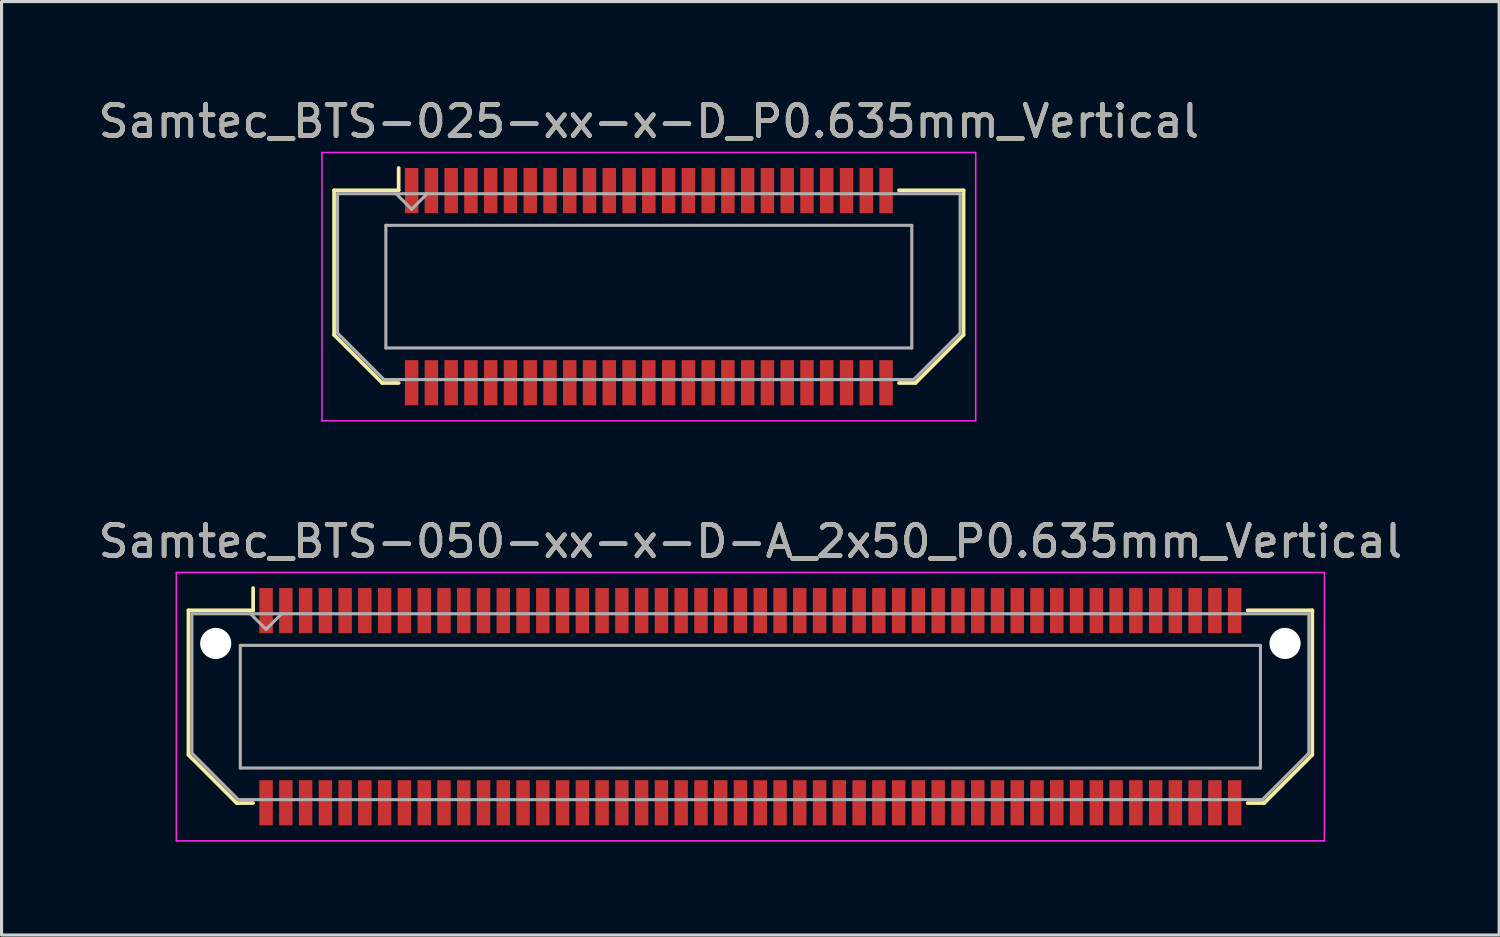
<source format=kicad_pcb>
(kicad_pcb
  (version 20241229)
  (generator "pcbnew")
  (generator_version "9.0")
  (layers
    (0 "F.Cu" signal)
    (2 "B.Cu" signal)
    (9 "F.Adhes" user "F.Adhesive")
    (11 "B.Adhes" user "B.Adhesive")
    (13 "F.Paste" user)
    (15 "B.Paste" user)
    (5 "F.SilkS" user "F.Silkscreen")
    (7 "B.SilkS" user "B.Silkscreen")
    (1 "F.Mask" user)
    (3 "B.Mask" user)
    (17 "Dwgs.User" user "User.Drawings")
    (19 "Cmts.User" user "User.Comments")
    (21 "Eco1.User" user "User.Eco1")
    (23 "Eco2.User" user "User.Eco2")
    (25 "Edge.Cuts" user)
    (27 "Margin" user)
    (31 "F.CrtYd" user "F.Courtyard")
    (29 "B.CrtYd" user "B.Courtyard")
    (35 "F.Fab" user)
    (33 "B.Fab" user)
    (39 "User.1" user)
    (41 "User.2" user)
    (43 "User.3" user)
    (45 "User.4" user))
  (footprint "Samtec_BTS-025-xx-x-D_P0.635mm_Vertical"
    (layer "F.Cu")
    (at 17.792 6.158)
    (property "Reference" "Samtec_BTS-025-xx-x-D_P0.635mm_Vertical" (at 0 -5.31 0) (layer "F.SilkS") (effects (font (size 1 1) (thickness 0.15))))
    (attr smd)
    (fp_line (start -10.11 -3.095) (end -10.11 1.548) (stroke (width 0.12) (type solid)) (layer "F.SilkS"))
    (fp_line (start -10.11 1.548) (end -8.562 3.095) (stroke (width 0.12) (type solid)) (layer "F.SilkS"))
    (fp_line (start -8.562 3.095) (end -8.036 3.095) (stroke (width 0.12) (type solid)) (layer "F.SilkS"))
    (fp_line (start -8.036 -3.811) (end -8.036 -3.095) (stroke (width 0.12) (type solid)) (layer "F.SilkS"))
    (fp_line (start -8.036 -3.095) (end -10.11 -3.095) (stroke (width 0.12) (type solid)) (layer "F.SilkS"))
    (fp_line (start 8.036 -3.095) (end 10.11 -3.095) (stroke (width 0.12) (type solid)) (layer "F.SilkS"))
    (fp_line (start 8.562 3.095) (end 8.036 3.095) (stroke (width 0.12) (type solid)) (layer "F.SilkS"))
    (fp_line (start 10.11 -3.095) (end 10.11 1.548) (stroke (width 0.12) (type solid)) (layer "F.SilkS"))
    (fp_line (start 10.11 1.548) (end 8.562 3.095) (stroke (width 0.12) (type solid)) (layer "F.SilkS"))
    (fp_line (start -10.5 -4.31) (end -10.5 4.31) (stroke (width 0.05) (type solid)) (layer "F.CrtYd"))
    (fp_line (start -10.5 4.31) (end 10.5 4.31) (stroke (width 0.05) (type solid)) (layer "F.CrtYd"))
    (fp_line (start 10.5 -4.31) (end -10.5 -4.31) (stroke (width 0.05) (type solid)) (layer "F.CrtYd"))
    (fp_line (start 10.5 4.31) (end 10.5 -4.31) (stroke (width 0.05) (type solid)) (layer "F.CrtYd"))
    (fp_line (start -10 -2.985) (end -10 1.492) (stroke (width 0.1) (type solid)) (layer "F.Fab"))
    (fp_line (start -10 -2.985) (end 10 -2.985) (stroke (width 0.1) (type solid)) (layer "F.Fab"))
    (fp_line (start -10 1.492) (end -8.508 2.985) (stroke (width 0.1) (type solid)) (layer "F.Fab"))
    (fp_line (start -8.508 2.985) (end 8.508 2.985) (stroke (width 0.1) (type solid)) (layer "F.Fab"))
    (fp_line (start -8.447 -1.97) (end -8.447 1.97) (stroke (width 0.1) (type solid)) (layer "F.Fab"))
    (fp_line (start -8.447 1.97) (end 8.447 1.97) (stroke (width 0.1) (type solid)) (layer "F.Fab"))
    (fp_line (start -7.62 -2.485) (end -8.12 -2.985) (stroke (width 0.1) (type solid)) (layer "F.Fab"))
    (fp_line (start -7.12 -2.985) (end -7.62 -2.485) (stroke (width 0.1) (type solid)) (layer "F.Fab"))
    (fp_line (start 8.447 -1.97) (end -8.447 -1.97) (stroke (width 0.1) (type solid)) (layer "F.Fab"))
    (fp_line (start 8.447 1.97) (end 8.447 -1.97) (stroke (width 0.1) (type solid)) (layer "F.Fab"))
    (fp_line (start 10 -2.985) (end 10 1.492) (stroke (width 0.1) (type solid)) (layer "F.Fab"))
    (fp_line (start 10 1.492) (end 8.508 2.985) (stroke (width 0.1) (type solid)) (layer "F.Fab"))
    (fp_text user "${REFERENCE}" (at 0 -5.31 0) (layer "F.Fab") (effects (font (size 1 1) (thickness 0.15))))
    (pad "1" smd rect (at -7.62 -3.086) (size 0.432 1.45) (layers "F.Cu" "F.Mask" "F.Paste"))
    (pad "2" smd rect (at -7.62 3.086) (size 0.432 1.45) (layers "F.Cu" "F.Mask" "F.Paste"))
    (pad "3" smd rect (at -6.985 -3.086) (size 0.432 1.45) (layers "F.Cu" "F.Mask" "F.Paste"))
    (pad "4" smd rect (at -6.985 3.086) (size 0.432 1.45) (layers "F.Cu" "F.Mask" "F.Paste"))
    (pad "5" smd rect (at -6.35 -3.086) (size 0.432 1.45) (layers "F.Cu" "F.Mask" "F.Paste"))
    (pad "6" smd rect (at -6.35 3.086) (size 0.432 1.45) (layers "F.Cu" "F.Mask" "F.Paste"))
    (pad "7" smd rect (at -5.715 -3.086) (size 0.432 1.45) (layers "F.Cu" "F.Mask" "F.Paste"))
    (pad "8" smd rect (at -5.715 3.086) (size 0.432 1.45) (layers "F.Cu" "F.Mask" "F.Paste"))
    (pad "9" smd rect (at -5.08 -3.086) (size 0.432 1.45) (layers "F.Cu" "F.Mask" "F.Paste"))
    (pad "10" smd rect (at -5.08 3.086) (size 0.432 1.45) (layers "F.Cu" "F.Mask" "F.Paste"))
    (pad "11" smd rect (at -4.445 -3.086) (size 0.432 1.45) (layers "F.Cu" "F.Mask" "F.Paste"))
    (pad "12" smd rect (at -4.445 3.086) (size 0.432 1.45) (layers "F.Cu" "F.Mask" "F.Paste"))
    (pad "13" smd rect (at -3.81 -3.086) (size 0.432 1.45) (layers "F.Cu" "F.Mask" "F.Paste"))
    (pad "14" smd rect (at -3.81 3.086) (size 0.432 1.45) (layers "F.Cu" "F.Mask" "F.Paste"))
    (pad "15" smd rect (at -3.175 -3.086) (size 0.432 1.45) (layers "F.Cu" "F.Mask" "F.Paste"))
    (pad "16" smd rect (at -3.175 3.086) (size 0.432 1.45) (layers "F.Cu" "F.Mask" "F.Paste"))
    (pad "17" smd rect (at -2.54 -3.086) (size 0.432 1.45) (layers "F.Cu" "F.Mask" "F.Paste"))
    (pad "18" smd rect (at -2.54 3.086) (size 0.432 1.45) (layers "F.Cu" "F.Mask" "F.Paste"))
    (pad "19" smd rect (at -1.905 -3.086) (size 0.432 1.45) (layers "F.Cu" "F.Mask" "F.Paste"))
    (pad "20" smd rect (at -1.905 3.086) (size 0.432 1.45) (layers "F.Cu" "F.Mask" "F.Paste"))
    (pad "21" smd rect (at -1.27 -3.086) (size 0.432 1.45) (layers "F.Cu" "F.Mask" "F.Paste"))
    (pad "22" smd rect (at -1.27 3.086) (size 0.432 1.45) (layers "F.Cu" "F.Mask" "F.Paste"))
    (pad "23" smd rect (at -0.635 -3.086) (size 0.432 1.45) (layers "F.Cu" "F.Mask" "F.Paste"))
    (pad "24" smd rect (at -0.635 3.086) (size 0.432 1.45) (layers "F.Cu" "F.Mask" "F.Paste"))
    (pad "25" smd rect (at 0 -3.086) (size 0.432 1.45) (layers "F.Cu" "F.Mask" "F.Paste"))
    (pad "26" smd rect (at 0 3.086) (size 0.432 1.45) (layers "F.Cu" "F.Mask" "F.Paste"))
    (pad "27" smd rect (at 0.635 -3.086) (size 0.432 1.45) (layers "F.Cu" "F.Mask" "F.Paste"))
    (pad "28" smd rect (at 0.635 3.086) (size 0.432 1.45) (layers "F.Cu" "F.Mask" "F.Paste"))
    (pad "29" smd rect (at 1.27 -3.086) (size 0.432 1.45) (layers "F.Cu" "F.Mask" "F.Paste"))
    (pad "30" smd rect (at 1.27 3.086) (size 0.432 1.45) (layers "F.Cu" "F.Mask" "F.Paste"))
    (pad "31" smd rect (at 1.905 -3.086) (size 0.432 1.45) (layers "F.Cu" "F.Mask" "F.Paste"))
    (pad "32" smd rect (at 1.905 3.086) (size 0.432 1.45) (layers "F.Cu" "F.Mask" "F.Paste"))
    (pad "33" smd rect (at 2.54 -3.086) (size 0.432 1.45) (layers "F.Cu" "F.Mask" "F.Paste"))
    (pad "34" smd rect (at 2.54 3.086) (size 0.432 1.45) (layers "F.Cu" "F.Mask" "F.Paste"))
    (pad "35" smd rect (at 3.175 -3.086) (size 0.432 1.45) (layers "F.Cu" "F.Mask" "F.Paste"))
    (pad "36" smd rect (at 3.175 3.086) (size 0.432 1.45) (layers "F.Cu" "F.Mask" "F.Paste"))
    (pad "37" smd rect (at 3.81 -3.086) (size 0.432 1.45) (layers "F.Cu" "F.Mask" "F.Paste"))
    (pad "38" smd rect (at 3.81 3.086) (size 0.432 1.45) (layers "F.Cu" "F.Mask" "F.Paste"))
    (pad "39" smd rect (at 4.445 -3.086) (size 0.432 1.45) (layers "F.Cu" "F.Mask" "F.Paste"))
    (pad "40" smd rect (at 4.445 3.086) (size 0.432 1.45) (layers "F.Cu" "F.Mask" "F.Paste"))
    (pad "41" smd rect (at 5.08 -3.086) (size 0.432 1.45) (layers "F.Cu" "F.Mask" "F.Paste"))
    (pad "42" smd rect (at 5.08 3.086) (size 0.432 1.45) (layers "F.Cu" "F.Mask" "F.Paste"))
    (pad "43" smd rect (at 5.715 -3.086) (size 0.432 1.45) (layers "F.Cu" "F.Mask" "F.Paste"))
    (pad "44" smd rect (at 5.715 3.086) (size 0.432 1.45) (layers "F.Cu" "F.Mask" "F.Paste"))
    (pad "45" smd rect (at 6.35 -3.086) (size 0.432 1.45) (layers "F.Cu" "F.Mask" "F.Paste"))
    (pad "46" smd rect (at 6.35 3.086) (size 0.432 1.45) (layers "F.Cu" "F.Mask" "F.Paste"))
    (pad "47" smd rect (at 6.985 -3.086) (size 0.432 1.45) (layers "F.Cu" "F.Mask" "F.Paste"))
    (pad "48" smd rect (at 6.985 3.086) (size 0.432 1.45) (layers "F.Cu" "F.Mask" "F.Paste"))
    (pad "49" smd rect (at 7.62 -3.086) (size 0.432 1.45) (layers "F.Cu" "F.Mask" "F.Paste"))
    (pad "50" smd rect (at 7.62 3.086) (size 0.432 1.45) (layers "F.Cu" "F.Mask" "F.Paste")))
  (footprint "Samtec_BTS-050-xx-x-D-A_2x50_P0.635mm_Vertical"
    (layer "F.Cu")
    (at 21.054 19.651)
    (property "Reference" "Samtec_BTS-050-xx-x-D-A_2x50_P0.635mm_Vertical" (at 0 -5.31 0) (layer "F.SilkS") (effects (font (size 1 1) (thickness 0.15))))
    (attr smd)
    (fp_line (start -18.05 -3.095) (end -18.05 1.548) (stroke (width 0.12) (type solid)) (layer "F.SilkS"))
    (fp_line (start -18.05 1.548) (end -16.503 3.095) (stroke (width 0.12) (type solid)) (layer "F.SilkS"))
    (fp_line (start -16.503 3.095) (end -15.973 3.095) (stroke (width 0.12) (type solid)) (layer "F.SilkS"))
    (fp_line (start -15.973 -3.811) (end -15.973 -3.095) (stroke (width 0.12) (type solid)) (layer "F.SilkS"))
    (fp_line (start -15.973 -3.095) (end -18.05 -3.095) (stroke (width 0.12) (type solid)) (layer "F.SilkS"))
    (fp_line (start 15.973 -3.095) (end 18.05 -3.095) (stroke (width 0.12) (type solid)) (layer "F.SilkS"))
    (fp_line (start 16.503 3.095) (end 15.973 3.095) (stroke (width 0.12) (type solid)) (layer "F.SilkS"))
    (fp_line (start 18.05 -3.095) (end 18.05 1.548) (stroke (width 0.12) (type solid)) (layer "F.SilkS"))
    (fp_line (start 18.05 1.548) (end 16.503 3.095) (stroke (width 0.12) (type solid)) (layer "F.SilkS"))
    (fp_line (start -18.44 -4.31) (end -18.44 4.31) (stroke (width 0.05) (type solid)) (layer "F.CrtYd"))
    (fp_line (start -18.44 4.31) (end 18.44 4.31) (stroke (width 0.05) (type solid)) (layer "F.CrtYd"))
    (fp_line (start 18.44 -4.31) (end -18.44 -4.31) (stroke (width 0.05) (type solid)) (layer "F.CrtYd"))
    (fp_line (start 18.44 4.31) (end 18.44 -4.31) (stroke (width 0.05) (type solid)) (layer "F.CrtYd"))
    (fp_line (start -17.94 -2.985) (end -17.94 1.492) (stroke (width 0.1) (type solid)) (layer "F.Fab"))
    (fp_line (start -17.94 -2.985) (end 17.94 -2.985) (stroke (width 0.1) (type solid)) (layer "F.Fab"))
    (fp_line (start -17.94 1.492) (end -16.448 2.985) (stroke (width 0.1) (type solid)) (layer "F.Fab"))
    (fp_line (start -16.448 2.985) (end 16.448 2.985) (stroke (width 0.1) (type solid)) (layer "F.Fab"))
    (fp_line (start -16.385 -1.97) (end -16.385 1.97) (stroke (width 0.1) (type solid)) (layer "F.Fab"))
    (fp_line (start -16.385 1.97) (end 16.385 1.97) (stroke (width 0.1) (type solid)) (layer "F.Fab"))
    (fp_line (start -15.557 -2.485) (end -16.058 -2.985) (stroke (width 0.1) (type solid)) (layer "F.Fab"))
    (fp_line (start -15.057 -2.985) (end -15.557 -2.485) (stroke (width 0.1) (type solid)) (layer "F.Fab"))
    (fp_line (start 16.385 -1.97) (end -16.385 -1.97) (stroke (width 0.1) (type solid)) (layer "F.Fab"))
    (fp_line (start 16.385 1.97) (end 16.385 -1.97) (stroke (width 0.1) (type solid)) (layer "F.Fab"))
    (fp_line (start 17.94 -2.985) (end 17.94 1.492) (stroke (width 0.1) (type solid)) (layer "F.Fab"))
    (fp_line (start 17.94 1.492) (end 16.448 2.985) (stroke (width 0.1) (type solid)) (layer "F.Fab"))
    (fp_text user "${REFERENCE}" (at 0 -5.31 0) (layer "F.Fab") (effects (font (size 1 1) (thickness 0.15))))
    (pad "" np_thru_hole circle (at -17.175 -2.032) (size 1 1) (drill 1) (layers "*.Cu" "*.Mask"))
    (pad "" np_thru_hole circle (at 17.175 -2.032) (size 1 1) (drill 1) (layers "*.Cu" "*.Mask"))
    (pad "1" smd rect (at -15.557 -3.086) (size 0.432 1.45) (layers "F.Cu" "F.Mask" "F.Paste"))
    (pad "2" smd rect (at -15.557 3.086) (size 0.432 1.45) (layers "F.Cu" "F.Mask" "F.Paste"))
    (pad "3" smd rect (at -14.922 -3.086) (size 0.432 1.45) (layers "F.Cu" "F.Mask" "F.Paste"))
    (pad "4" smd rect (at -14.922 3.086) (size 0.432 1.45) (layers "F.Cu" "F.Mask" "F.Paste"))
    (pad "5" smd rect (at -14.287 -3.086) (size 0.432 1.45) (layers "F.Cu" "F.Mask" "F.Paste"))
    (pad "6" smd rect (at -14.287 3.086) (size 0.432 1.45) (layers "F.Cu" "F.Mask" "F.Paste"))
    (pad "7" smd rect (at -13.652 -3.086) (size 0.432 1.45) (layers "F.Cu" "F.Mask" "F.Paste"))
    (pad "8" smd rect (at -13.652 3.086) (size 0.432 1.45) (layers "F.Cu" "F.Mask" "F.Paste"))
    (pad "9" smd rect (at -13.018 -3.086) (size 0.432 1.45) (layers "F.Cu" "F.Mask" "F.Paste"))
    (pad "10" smd rect (at -13.018 3.086) (size 0.432 1.45) (layers "F.Cu" "F.Mask" "F.Paste"))
    (pad "11" smd rect (at -12.383 -3.086) (size 0.432 1.45) (layers "F.Cu" "F.Mask" "F.Paste"))
    (pad "12" smd rect (at -12.383 3.086) (size 0.432 1.45) (layers "F.Cu" "F.Mask" "F.Paste"))
    (pad "13" smd rect (at -11.748 -3.086) (size 0.432 1.45) (layers "F.Cu" "F.Mask" "F.Paste"))
    (pad "14" smd rect (at -11.748 3.086) (size 0.432 1.45) (layers "F.Cu" "F.Mask" "F.Paste"))
    (pad "15" smd rect (at -11.113 -3.086) (size 0.432 1.45) (layers "F.Cu" "F.Mask" "F.Paste"))
    (pad "16" smd rect (at -11.113 3.086) (size 0.432 1.45) (layers "F.Cu" "F.Mask" "F.Paste"))
    (pad "17" smd rect (at -10.477 -3.086) (size 0.432 1.45) (layers "F.Cu" "F.Mask" "F.Paste"))
    (pad "18" smd rect (at -10.477 3.086) (size 0.432 1.45) (layers "F.Cu" "F.Mask" "F.Paste"))
    (pad "19" smd rect (at -9.842 -3.086) (size 0.432 1.45) (layers "F.Cu" "F.Mask" "F.Paste"))
    (pad "20" smd rect (at -9.842 3.086) (size 0.432 1.45) (layers "F.Cu" "F.Mask" "F.Paste"))
    (pad "21" smd rect (at -9.207 -3.086) (size 0.432 1.45) (layers "F.Cu" "F.Mask" "F.Paste"))
    (pad "22" smd rect (at -9.207 3.086) (size 0.432 1.45) (layers "F.Cu" "F.Mask" "F.Paste"))
    (pad "23" smd rect (at -8.572 -3.086) (size 0.432 1.45) (layers "F.Cu" "F.Mask" "F.Paste"))
    (pad "24" smd rect (at -8.572 3.086) (size 0.432 1.45) (layers "F.Cu" "F.Mask" "F.Paste"))
    (pad "25" smd rect (at -7.938 -3.086) (size 0.432 1.45) (layers "F.Cu" "F.Mask" "F.Paste"))
    (pad "26" smd rect (at -7.938 3.086) (size 0.432 1.45) (layers "F.Cu" "F.Mask" "F.Paste"))
    (pad "27" smd rect (at -7.303 -3.086) (size 0.432 1.45) (layers "F.Cu" "F.Mask" "F.Paste"))
    (pad "28" smd rect (at -7.303 3.086) (size 0.432 1.45) (layers "F.Cu" "F.Mask" "F.Paste"))
    (pad "29" smd rect (at -6.668 -3.086) (size 0.432 1.45) (layers "F.Cu" "F.Mask" "F.Paste"))
    (pad "30" smd rect (at -6.668 3.086) (size 0.432 1.45) (layers "F.Cu" "F.Mask" "F.Paste"))
    (pad "31" smd rect (at -6.032 -3.086) (size 0.432 1.45) (layers "F.Cu" "F.Mask" "F.Paste"))
    (pad "32" smd rect (at -6.032 3.086) (size 0.432 1.45) (layers "F.Cu" "F.Mask" "F.Paste"))
    (pad "33" smd rect (at -5.397 -3.086) (size 0.432 1.45) (layers "F.Cu" "F.Mask" "F.Paste"))
    (pad "34" smd rect (at -5.397 3.086) (size 0.432 1.45) (layers "F.Cu" "F.Mask" "F.Paste"))
    (pad "35" smd rect (at -4.763 -3.086) (size 0.432 1.45) (layers "F.Cu" "F.Mask" "F.Paste"))
    (pad "36" smd rect (at -4.763 3.086) (size 0.432 1.45) (layers "F.Cu" "F.Mask" "F.Paste"))
    (pad "37" smd rect (at -4.128 -3.086) (size 0.432 1.45) (layers "F.Cu" "F.Mask" "F.Paste"))
    (pad "38" smd rect (at -4.128 3.086) (size 0.432 1.45) (layers "F.Cu" "F.Mask" "F.Paste"))
    (pad "39" smd rect (at -3.493 -3.086) (size 0.432 1.45) (layers "F.Cu" "F.Mask" "F.Paste"))
    (pad "40" smd rect (at -3.493 3.086) (size 0.432 1.45) (layers "F.Cu" "F.Mask" "F.Paste"))
    (pad "41" smd rect (at -2.857 -3.086) (size 0.432 1.45) (layers "F.Cu" "F.Mask" "F.Paste"))
    (pad "42" smd rect (at -2.857 3.086) (size 0.432 1.45) (layers "F.Cu" "F.Mask" "F.Paste"))
    (pad "43" smd rect (at -2.223 -3.086) (size 0.432 1.45) (layers "F.Cu" "F.Mask" "F.Paste"))
    (pad "44" smd rect (at -2.223 3.086) (size 0.432 1.45) (layers "F.Cu" "F.Mask" "F.Paste"))
    (pad "45" smd rect (at -1.587 -3.086) (size 0.432 1.45) (layers "F.Cu" "F.Mask" "F.Paste"))
    (pad "46" smd rect (at -1.587 3.086) (size 0.432 1.45) (layers "F.Cu" "F.Mask" "F.Paste"))
    (pad "47" smd rect (at -0.953 -3.086) (size 0.432 1.45) (layers "F.Cu" "F.Mask" "F.Paste"))
    (pad "48" smd rect (at -0.953 3.086) (size 0.432 1.45) (layers "F.Cu" "F.Mask" "F.Paste"))
    (pad "49" smd rect (at -0.318 -3.086) (size 0.432 1.45) (layers "F.Cu" "F.Mask" "F.Paste"))
    (pad "50" smd rect (at -0.318 3.086) (size 0.432 1.45) (layers "F.Cu" "F.Mask" "F.Paste"))
    (pad "51" smd rect (at 0.318 -3.086) (size 0.432 1.45) (layers "F.Cu" "F.Mask" "F.Paste"))
    (pad "52" smd rect (at 0.318 3.086) (size 0.432 1.45) (layers "F.Cu" "F.Mask" "F.Paste"))
    (pad "53" smd rect (at 0.953 -3.086) (size 0.432 1.45) (layers "F.Cu" "F.Mask" "F.Paste"))
    (pad "54" smd rect (at 0.953 3.086) (size 0.432 1.45) (layers "F.Cu" "F.Mask" "F.Paste"))
    (pad "55" smd rect (at 1.587 -3.086) (size 0.432 1.45) (layers "F.Cu" "F.Mask" "F.Paste"))
    (pad "56" smd rect (at 1.587 3.086) (size 0.432 1.45) (layers "F.Cu" "F.Mask" "F.Paste"))
    (pad "57" smd rect (at 2.223 -3.086) (size 0.432 1.45) (layers "F.Cu" "F.Mask" "F.Paste"))
    (pad "58" smd rect (at 2.223 3.086) (size 0.432 1.45) (layers "F.Cu" "F.Mask" "F.Paste"))
    (pad "59" smd rect (at 2.857 -3.086) (size 0.432 1.45) (layers "F.Cu" "F.Mask" "F.Paste"))
    (pad "60" smd rect (at 2.857 3.086) (size 0.432 1.45) (layers "F.Cu" "F.Mask" "F.Paste"))
    (pad "61" smd rect (at 3.493 -3.086) (size 0.432 1.45) (layers "F.Cu" "F.Mask" "F.Paste"))
    (pad "62" smd rect (at 3.493 3.086) (size 0.432 1.45) (layers "F.Cu" "F.Mask" "F.Paste"))
    (pad "63" smd rect (at 4.128 -3.086) (size 0.432 1.45) (layers "F.Cu" "F.Mask" "F.Paste"))
    (pad "64" smd rect (at 4.128 3.086) (size 0.432 1.45) (layers "F.Cu" "F.Mask" "F.Paste"))
    (pad "65" smd rect (at 4.763 -3.086) (size 0.432 1.45) (layers "F.Cu" "F.Mask" "F.Paste"))
    (pad "66" smd rect (at 4.763 3.086) (size 0.432 1.45) (layers "F.Cu" "F.Mask" "F.Paste"))
    (pad "67" smd rect (at 5.397 -3.086) (size 0.432 1.45) (layers "F.Cu" "F.Mask" "F.Paste"))
    (pad "68" smd rect (at 5.397 3.086) (size 0.432 1.45) (layers "F.Cu" "F.Mask" "F.Paste"))
    (pad "69" smd rect (at 6.032 -3.086) (size 0.432 1.45) (layers "F.Cu" "F.Mask" "F.Paste"))
    (pad "70" smd rect (at 6.032 3.086) (size 0.432 1.45) (layers "F.Cu" "F.Mask" "F.Paste"))
    (pad "71" smd rect (at 6.668 -3.086) (size 0.432 1.45) (layers "F.Cu" "F.Mask" "F.Paste"))
    (pad "72" smd rect (at 6.668 3.086) (size 0.432 1.45) (layers "F.Cu" "F.Mask" "F.Paste"))
    (pad "73" smd rect (at 7.303 -3.086) (size 0.432 1.45) (layers "F.Cu" "F.Mask" "F.Paste"))
    (pad "74" smd rect (at 7.303 3.086) (size 0.432 1.45) (layers "F.Cu" "F.Mask" "F.Paste"))
    (pad "75" smd rect (at 7.938 -3.086) (size 0.432 1.45) (layers "F.Cu" "F.Mask" "F.Paste"))
    (pad "76" smd rect (at 7.938 3.086) (size 0.432 1.45) (layers "F.Cu" "F.Mask" "F.Paste"))
    (pad "77" smd rect (at 8.572 -3.086) (size 0.432 1.45) (layers "F.Cu" "F.Mask" "F.Paste"))
    (pad "78" smd rect (at 8.572 3.086) (size 0.432 1.45) (layers "F.Cu" "F.Mask" "F.Paste"))
    (pad "79" smd rect (at 9.207 -3.086) (size 0.432 1.45) (layers "F.Cu" "F.Mask" "F.Paste"))
    (pad "80" smd rect (at 9.207 3.086) (size 0.432 1.45) (layers "F.Cu" "F.Mask" "F.Paste"))
    (pad "81" smd rect (at 9.842 -3.086) (size 0.432 1.45) (layers "F.Cu" "F.Mask" "F.Paste"))
    (pad "82" smd rect (at 9.842 3.086) (size 0.432 1.45) (layers "F.Cu" "F.Mask" "F.Paste"))
    (pad "83" smd rect (at 10.477 -3.086) (size 0.432 1.45) (layers "F.Cu" "F.Mask" "F.Paste"))
    (pad "84" smd rect (at 10.477 3.086) (size 0.432 1.45) (layers "F.Cu" "F.Mask" "F.Paste"))
    (pad "85" smd rect (at 11.113 -3.086) (size 0.432 1.45) (layers "F.Cu" "F.Mask" "F.Paste"))
    (pad "86" smd rect (at 11.113 3.086) (size 0.432 1.45) (layers "F.Cu" "F.Mask" "F.Paste"))
    (pad "87" smd rect (at 11.748 -3.086) (size 0.432 1.45) (layers "F.Cu" "F.Mask" "F.Paste"))
    (pad "88" smd rect (at 11.748 3.086) (size 0.432 1.45) (layers "F.Cu" "F.Mask" "F.Paste"))
    (pad "89" smd rect (at 12.383 -3.086) (size 0.432 1.45) (layers "F.Cu" "F.Mask" "F.Paste"))
    (pad "90" smd rect (at 12.383 3.086) (size 0.432 1.45) (layers "F.Cu" "F.Mask" "F.Paste"))
    (pad "91" smd rect (at 13.018 -3.086) (size 0.432 1.45) (layers "F.Cu" "F.Mask" "F.Paste"))
    (pad "92" smd rect (at 13.018 3.086) (size 0.432 1.45) (layers "F.Cu" "F.Mask" "F.Paste"))
    (pad "93" smd rect (at 13.652 -3.086) (size 0.432 1.45) (layers "F.Cu" "F.Mask" "F.Paste"))
    (pad "94" smd rect (at 13.652 3.086) (size 0.432 1.45) (layers "F.Cu" "F.Mask" "F.Paste"))
    (pad "95" smd rect (at 14.287 -3.086) (size 0.432 1.45) (layers "F.Cu" "F.Mask" "F.Paste"))
    (pad "96" smd rect (at 14.287 3.086) (size 0.432 1.45) (layers "F.Cu" "F.Mask" "F.Paste"))
    (pad "97" smd rect (at 14.922 -3.086) (size 0.432 1.45) (layers "F.Cu" "F.Mask" "F.Paste"))
    (pad "98" smd rect (at 14.922 3.086) (size 0.432 1.45) (layers "F.Cu" "F.Mask" "F.Paste"))
    (pad "99" smd rect (at 15.557 -3.086) (size 0.432 1.45) (layers "F.Cu" "F.Mask" "F.Paste"))
    (pad "100" smd rect (at 15.557 3.086) (size 0.432 1.45) (layers "F.Cu" "F.Mask" "F.Paste")))
  (gr_rect
    (start -3 -3)
    (end 45.107 26.986)
    (stroke (width 0.1) (type default))
    (fill no)
    (layer "Edge.Cuts")))
</source>
